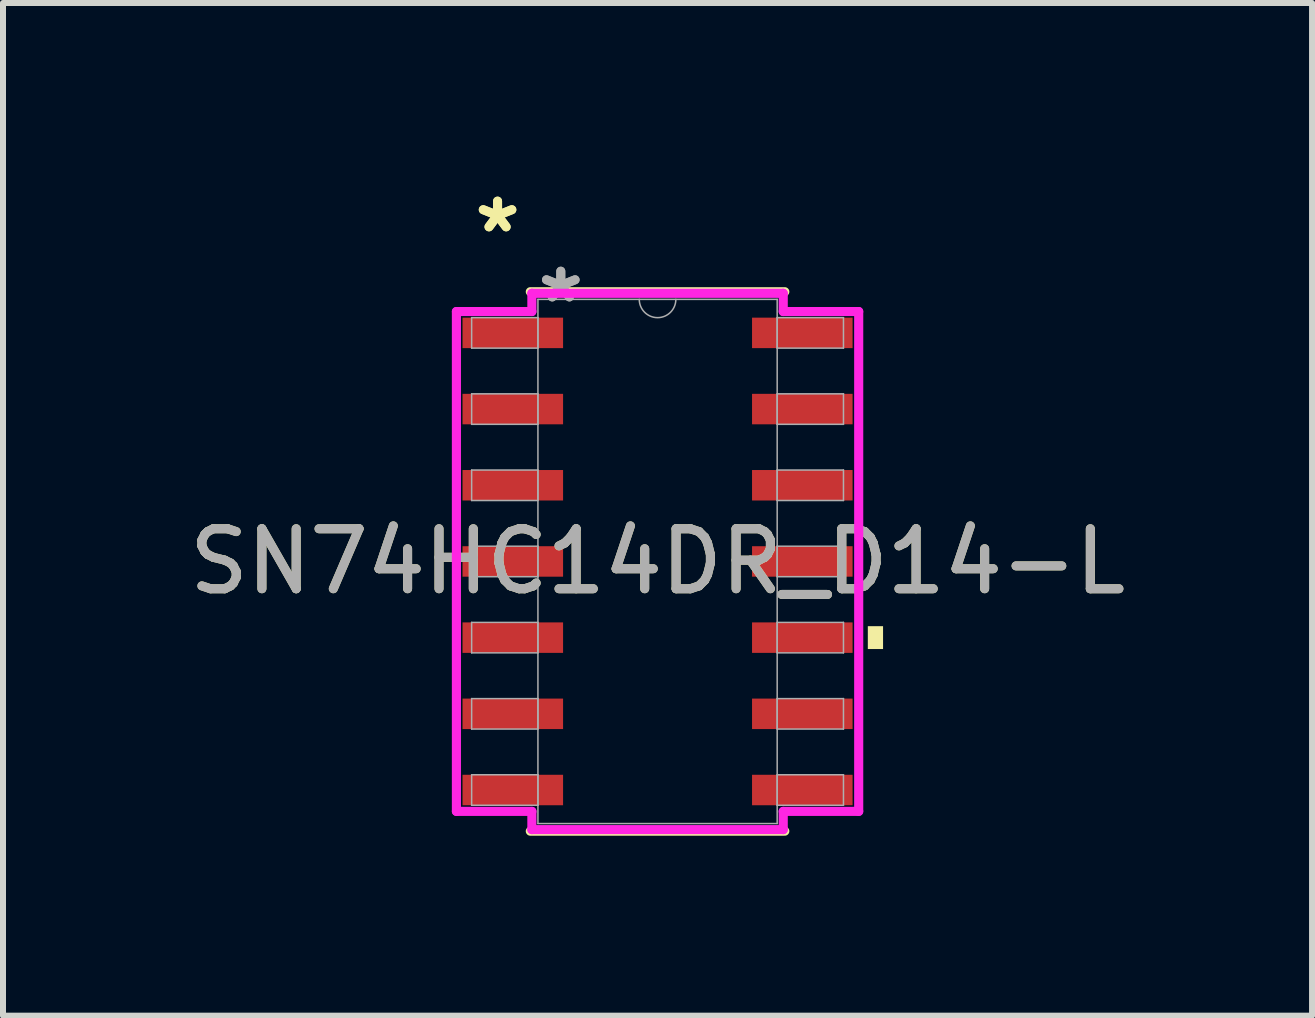
<source format=kicad_pcb>
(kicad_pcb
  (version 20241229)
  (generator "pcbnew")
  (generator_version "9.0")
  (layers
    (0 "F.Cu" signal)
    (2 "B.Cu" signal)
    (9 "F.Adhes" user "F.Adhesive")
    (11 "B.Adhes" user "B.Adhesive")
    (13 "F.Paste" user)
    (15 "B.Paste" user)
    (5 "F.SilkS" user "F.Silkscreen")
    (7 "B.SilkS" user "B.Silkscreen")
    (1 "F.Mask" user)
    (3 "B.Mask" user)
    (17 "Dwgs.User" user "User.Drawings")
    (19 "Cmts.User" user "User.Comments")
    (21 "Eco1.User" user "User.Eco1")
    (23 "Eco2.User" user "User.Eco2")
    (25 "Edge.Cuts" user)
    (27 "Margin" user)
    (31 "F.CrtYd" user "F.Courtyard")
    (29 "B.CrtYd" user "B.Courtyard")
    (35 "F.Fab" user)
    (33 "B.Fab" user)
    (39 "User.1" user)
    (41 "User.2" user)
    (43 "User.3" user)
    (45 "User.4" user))
  (footprint "SN74HC14DR_D14-L"
    (layer "F.Cu")
    (at 7.911 6.309)
    (property "Reference" "SN74HC14DR_D14-L" (at 0 0 0) (unlocked yes) (layer "F.SilkS") (effects (font (size 1 1) (thickness 0.15))))
    (attr smd)
    (fp_line (start -2.121 4.496) (end 2.121 4.496) (stroke (width 0.152) (type solid)) (layer "F.SilkS"))
    (fp_line (start 2.121 -4.496) (end -2.121 -4.496) (stroke (width 0.152) (type solid)) (layer "F.SilkS"))
    (fp_poly (pts (xy 3.759 1.079) (xy 3.759 1.46) (xy 3.505 1.46) (xy 3.505 1.079)) (stroke (width 0) (type solid)) (fill yes) (layer "F.SilkS"))
    (fp_line (start -3.353 -4.166) (end -2.095 -4.166) (stroke (width 0.152) (type solid)) (layer "F.CrtYd"))
    (fp_line (start -3.353 4.166) (end -3.353 -4.166) (stroke (width 0.152) (type solid)) (layer "F.CrtYd"))
    (fp_line (start -3.353 4.166) (end -2.095 4.166) (stroke (width 0.152) (type solid)) (layer "F.CrtYd"))
    (fp_line (start -2.095 -4.47) (end 2.095 -4.47) (stroke (width 0.152) (type solid)) (layer "F.CrtYd"))
    (fp_line (start -2.095 -4.166) (end -2.095 -4.47) (stroke (width 0.152) (type solid)) (layer "F.CrtYd"))
    (fp_line (start -2.095 4.47) (end -2.095 4.166) (stroke (width 0.152) (type solid)) (layer "F.CrtYd"))
    (fp_line (start 2.095 -4.47) (end 2.095 -4.166) (stroke (width 0.152) (type solid)) (layer "F.CrtYd"))
    (fp_line (start 2.095 4.166) (end 2.095 4.47) (stroke (width 0.152) (type solid)) (layer "F.CrtYd"))
    (fp_line (start 2.095 4.47) (end -2.095 4.47) (stroke (width 0.152) (type solid)) (layer "F.CrtYd"))
    (fp_line (start 3.353 -4.166) (end 2.095 -4.166) (stroke (width 0.152) (type solid)) (layer "F.CrtYd"))
    (fp_line (start 3.353 -4.166) (end 3.353 4.166) (stroke (width 0.152) (type solid)) (layer "F.CrtYd"))
    (fp_line (start 3.353 4.166) (end 2.095 4.166) (stroke (width 0.152) (type solid)) (layer "F.CrtYd"))
    (fp_line (start -3.099 -4.064) (end -3.099 -3.556) (stroke (width 0.025) (type solid)) (layer "F.Fab"))
    (fp_line (start -3.099 -3.556) (end -1.994 -3.556) (stroke (width 0.025) (type solid)) (layer "F.Fab"))
    (fp_line (start -3.099 -2.794) (end -3.099 -2.286) (stroke (width 0.025) (type solid)) (layer "F.Fab"))
    (fp_line (start -3.099 -2.286) (end -1.994 -2.286) (stroke (width 0.025) (type solid)) (layer "F.Fab"))
    (fp_line (start -3.099 -1.524) (end -3.099 -1.016) (stroke (width 0.025) (type solid)) (layer "F.Fab"))
    (fp_line (start -3.099 -1.016) (end -1.994 -1.016) (stroke (width 0.025) (type solid)) (layer "F.Fab"))
    (fp_line (start -3.099 -0.254) (end -3.099 0.254) (stroke (width 0.025) (type solid)) (layer "F.Fab"))
    (fp_line (start -3.099 0.254) (end -1.994 0.254) (stroke (width 0.025) (type solid)) (layer "F.Fab"))
    (fp_line (start -3.099 1.016) (end -3.099 1.524) (stroke (width 0.025) (type solid)) (layer "F.Fab"))
    (fp_line (start -3.099 1.524) (end -1.994 1.524) (stroke (width 0.025) (type solid)) (layer "F.Fab"))
    (fp_line (start -3.099 2.286) (end -3.099 2.794) (stroke (width 0.025) (type solid)) (layer "F.Fab"))
    (fp_line (start -3.099 2.794) (end -1.994 2.794) (stroke (width 0.025) (type solid)) (layer "F.Fab"))
    (fp_line (start -3.099 3.556) (end -3.099 4.064) (stroke (width 0.025) (type solid)) (layer "F.Fab"))
    (fp_line (start -3.099 4.064) (end -1.994 4.064) (stroke (width 0.025) (type solid)) (layer "F.Fab"))
    (fp_line (start -1.994 -4.369) (end -1.994 4.369) (stroke (width 0.025) (type solid)) (layer "F.Fab"))
    (fp_line (start -1.994 -4.064) (end -3.099 -4.064) (stroke (width 0.025) (type solid)) (layer "F.Fab"))
    (fp_line (start -1.994 -3.556) (end -1.994 -4.064) (stroke (width 0.025) (type solid)) (layer "F.Fab"))
    (fp_line (start -1.994 -2.794) (end -3.099 -2.794) (stroke (width 0.025) (type solid)) (layer "F.Fab"))
    (fp_line (start -1.994 -2.286) (end -1.994 -2.794) (stroke (width 0.025) (type solid)) (layer "F.Fab"))
    (fp_line (start -1.994 -1.524) (end -3.099 -1.524) (stroke (width 0.025) (type solid)) (layer "F.Fab"))
    (fp_line (start -1.994 -1.016) (end -1.994 -1.524) (stroke (width 0.025) (type solid)) (layer "F.Fab"))
    (fp_line (start -1.994 -0.254) (end -3.099 -0.254) (stroke (width 0.025) (type solid)) (layer "F.Fab"))
    (fp_line (start -1.994 0.254) (end -1.994 -0.254) (stroke (width 0.025) (type solid)) (layer "F.Fab"))
    (fp_line (start -1.994 1.016) (end -3.099 1.016) (stroke (width 0.025) (type solid)) (layer "F.Fab"))
    (fp_line (start -1.994 1.524) (end -1.994 1.016) (stroke (width 0.025) (type solid)) (layer "F.Fab"))
    (fp_line (start -1.994 2.286) (end -3.099 2.286) (stroke (width 0.025) (type solid)) (layer "F.Fab"))
    (fp_line (start -1.994 2.794) (end -1.994 2.286) (stroke (width 0.025) (type solid)) (layer "F.Fab"))
    (fp_line (start -1.994 3.556) (end -3.099 3.556) (stroke (width 0.025) (type solid)) (layer "F.Fab"))
    (fp_line (start -1.994 4.064) (end -1.994 3.556) (stroke (width 0.025) (type solid)) (layer "F.Fab"))
    (fp_line (start -1.994 4.369) (end 1.994 4.369) (stroke (width 0.025) (type solid)) (layer "F.Fab"))
    (fp_line (start 1.994 -4.369) (end -1.994 -4.369) (stroke (width 0.025) (type solid)) (layer "F.Fab"))
    (fp_line (start 1.994 -4.064) (end 1.994 -3.556) (stroke (width 0.025) (type solid)) (layer "F.Fab"))
    (fp_line (start 1.994 -3.556) (end 3.099 -3.556) (stroke (width 0.025) (type solid)) (layer "F.Fab"))
    (fp_line (start 1.994 -2.794) (end 1.994 -2.286) (stroke (width 0.025) (type solid)) (layer "F.Fab"))
    (fp_line (start 1.994 -2.286) (end 3.099 -2.286) (stroke (width 0.025) (type solid)) (layer "F.Fab"))
    (fp_line (start 1.994 -1.524) (end 1.994 -1.016) (stroke (width 0.025) (type solid)) (layer "F.Fab"))
    (fp_line (start 1.994 -1.016) (end 3.099 -1.016) (stroke (width 0.025) (type solid)) (layer "F.Fab"))
    (fp_line (start 1.994 -0.254) (end 1.994 0.254) (stroke (width 0.025) (type solid)) (layer "F.Fab"))
    (fp_line (start 1.994 0.254) (end 3.099 0.254) (stroke (width 0.025) (type solid)) (layer "F.Fab"))
    (fp_line (start 1.994 1.016) (end 1.994 1.524) (stroke (width 0.025) (type solid)) (layer "F.Fab"))
    (fp_line (start 1.994 1.524) (end 3.099 1.524) (stroke (width 0.025) (type solid)) (layer "F.Fab"))
    (fp_line (start 1.994 2.286) (end 1.994 2.794) (stroke (width 0.025) (type solid)) (layer "F.Fab"))
    (fp_line (start 1.994 2.794) (end 3.099 2.794) (stroke (width 0.025) (type solid)) (layer "F.Fab"))
    (fp_line (start 1.994 3.556) (end 1.994 4.064) (stroke (width 0.025) (type solid)) (layer "F.Fab"))
    (fp_line (start 1.994 4.064) (end 3.099 4.064) (stroke (width 0.025) (type solid)) (layer "F.Fab"))
    (fp_line (start 1.994 4.369) (end 1.994 -4.369) (stroke (width 0.025) (type solid)) (layer "F.Fab"))
    (fp_line (start 3.099 -4.064) (end 1.994 -4.064) (stroke (width 0.025) (type solid)) (layer "F.Fab"))
    (fp_line (start 3.099 -3.556) (end 3.099 -4.064) (stroke (width 0.025) (type solid)) (layer "F.Fab"))
    (fp_line (start 3.099 -2.794) (end 1.994 -2.794) (stroke (width 0.025) (type solid)) (layer "F.Fab"))
    (fp_line (start 3.099 -2.286) (end 3.099 -2.794) (stroke (width 0.025) (type solid)) (layer "F.Fab"))
    (fp_line (start 3.099 -1.524) (end 1.994 -1.524) (stroke (width 0.025) (type solid)) (layer "F.Fab"))
    (fp_line (start 3.099 -1.016) (end 3.099 -1.524) (stroke (width 0.025) (type solid)) (layer "F.Fab"))
    (fp_line (start 3.099 -0.254) (end 1.994 -0.254) (stroke (width 0.025) (type solid)) (layer "F.Fab"))
    (fp_line (start 3.099 0.254) (end 3.099 -0.254) (stroke (width 0.025) (type solid)) (layer "F.Fab"))
    (fp_line (start 3.099 1.016) (end 1.994 1.016) (stroke (width 0.025) (type solid)) (layer "F.Fab"))
    (fp_line (start 3.099 1.524) (end 3.099 1.016) (stroke (width 0.025) (type solid)) (layer "F.Fab"))
    (fp_line (start 3.099 2.286) (end 1.994 2.286) (stroke (width 0.025) (type solid)) (layer "F.Fab"))
    (fp_line (start 3.099 2.794) (end 3.099 2.286) (stroke (width 0.025) (type solid)) (layer "F.Fab"))
    (fp_line (start 3.099 3.556) (end 1.994 3.556) (stroke (width 0.025) (type solid)) (layer "F.Fab"))
    (fp_line (start 3.099 4.064) (end 3.099 3.556) (stroke (width 0.025) (type solid)) (layer "F.Fab"))
    (fp_arc (start 0.3048 -4.3688) (mid 0 -4.064) (end -0.3048 -4.3688) (stroke (width 0.0254) (type solid)) (layer "F.Fab"))
    (fp_text user "*" (at -2.667 -5.461 0) (unlocked yes) (layer "F.SilkS") (effects (font (size 1 1) (thickness 0.15))))
    (fp_text user "*" (at -2.667 -5.461 0) (layer "F.SilkS") (effects (font (size 1 1) (thickness 0.15))))
    (fp_text user "${REFERENCE}" (at 0 0 0) (unlocked yes) (layer "F.Fab") (effects (font (size 1 1) (thickness 0.15))))
    (fp_text user "*" (at -1.613 -4.293 0) (unlocked yes) (layer "F.Fab") (effects (font (size 1 1) (thickness 0.15))))
    (fp_text user "*" (at -1.613 -4.293 0) (layer "F.Fab") (effects (font (size 1 1) (thickness 0.15))))
    (pad "1" smd rect (at -2.413 -3.81) (size 1.676 0.508) (layers "F.Cu" "F.Mask" "F.Paste"))
    (pad "2" smd rect (at -2.413 -2.54) (size 1.676 0.508) (layers "F.Cu" "F.Mask" "F.Paste"))
    (pad "3" smd rect (at -2.413 -1.27) (size 1.676 0.508) (layers "F.Cu" "F.Mask" "F.Paste"))
    (pad "4" smd rect (at -2.413 0) (size 1.676 0.508) (layers "F.Cu" "F.Mask" "F.Paste"))
    (pad "5" smd rect (at -2.413 1.27) (size 1.676 0.508) (layers "F.Cu" "F.Mask" "F.Paste"))
    (pad "6" smd rect (at -2.413 2.54) (size 1.676 0.508) (layers "F.Cu" "F.Mask" "F.Paste"))
    (pad "7" smd rect (at -2.413 3.81) (size 1.676 0.508) (layers "F.Cu" "F.Mask" "F.Paste"))
    (pad "8" smd rect (at 2.413 3.81) (size 1.676 0.508) (layers "F.Cu" "F.Mask" "F.Paste"))
    (pad "9" smd rect (at 2.413 2.54) (size 1.676 0.508) (layers "F.Cu" "F.Mask" "F.Paste"))
    (pad "10" smd rect (at 2.413 1.27) (size 1.676 0.508) (layers "F.Cu" "F.Mask" "F.Paste"))
    (pad "11" smd rect (at 2.413 0) (size 1.676 0.508) (layers "F.Cu" "F.Mask" "F.Paste"))
    (pad "12" smd rect (at 2.413 -1.27) (size 1.676 0.508) (layers "F.Cu" "F.Mask" "F.Paste"))
    (pad "13" smd rect (at 2.413 -2.54) (size 1.676 0.508) (layers "F.Cu" "F.Mask" "F.Paste"))
    (pad "14" smd rect (at 2.413 -3.81) (size 1.676 0.508) (layers "F.Cu" "F.Mask" "F.Paste")))
  (gr_rect
    (start -3 -3)
    (end 18.821 13.881)
    (stroke (width 0.1) (type default))
    (fill no)
    (layer "Edge.Cuts")))
</source>
